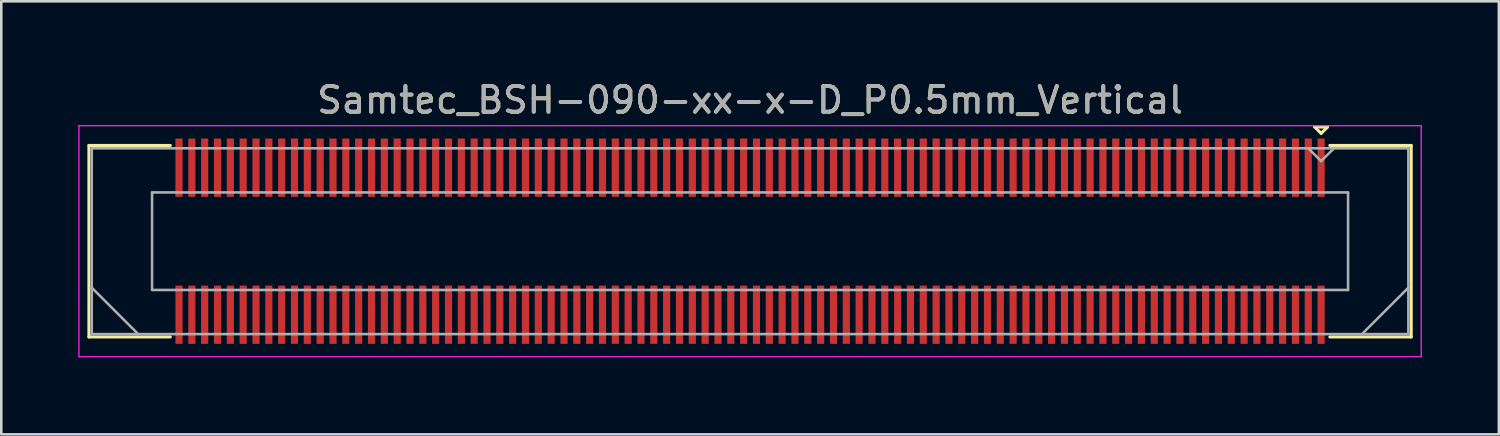
<source format=kicad_pcb>
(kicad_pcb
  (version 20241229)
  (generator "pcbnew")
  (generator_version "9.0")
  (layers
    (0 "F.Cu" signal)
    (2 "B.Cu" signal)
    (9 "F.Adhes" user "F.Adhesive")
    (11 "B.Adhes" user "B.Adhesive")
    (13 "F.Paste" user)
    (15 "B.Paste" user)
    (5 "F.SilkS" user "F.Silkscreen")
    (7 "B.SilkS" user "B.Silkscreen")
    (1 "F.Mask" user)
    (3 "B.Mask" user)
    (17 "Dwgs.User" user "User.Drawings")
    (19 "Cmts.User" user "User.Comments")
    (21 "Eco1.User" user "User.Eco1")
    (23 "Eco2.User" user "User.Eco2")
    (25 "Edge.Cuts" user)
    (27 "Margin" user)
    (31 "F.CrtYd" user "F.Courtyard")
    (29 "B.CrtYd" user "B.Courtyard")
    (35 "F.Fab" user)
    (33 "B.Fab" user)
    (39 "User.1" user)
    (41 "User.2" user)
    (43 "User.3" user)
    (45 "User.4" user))
  (footprint "Samtec_BSH-090-xx-x-D_P0.5mm_Vertical"
    (layer "F.Cu")
    (at 26.175 6.348)
    (property "Reference" "Samtec_BSH-090-xx-x-D_P0.5mm_Vertical" (at 0 -5.5 0) (layer "F.SilkS") (effects (font (size 1 1) (thickness 0.15))))
    (attr smd)
    (fp_line (start -25.76 -3.73) (end -22.59 -3.73) (stroke (width 0.12) (type solid)) (layer "F.SilkS"))
    (fp_line (start -25.76 3.73) (end -25.76 -3.73) (stroke (width 0.12) (type solid)) (layer "F.SilkS"))
    (fp_line (start -22.59 3.73) (end -25.76 3.73) (stroke (width 0.12) (type solid)) (layer "F.SilkS"))
    (fp_line (start 22 -4.45) (end 22.5 -4.45) (stroke (width 0.12) (type solid)) (layer "F.SilkS"))
    (fp_line (start 22.25 -4.2) (end 22 -4.45) (stroke (width 0.12) (type solid)) (layer "F.SilkS"))
    (fp_line (start 22.5 -4.45) (end 22.25 -4.2) (stroke (width 0.12) (type solid)) (layer "F.SilkS"))
    (fp_line (start 22.59 3.73) (end 25.76 3.73) (stroke (width 0.12) (type solid)) (layer "F.SilkS"))
    (fp_line (start 25.76 -3.73) (end 22.59 -3.73) (stroke (width 0.12) (type solid)) (layer "F.SilkS"))
    (fp_line (start 25.76 3.73) (end 25.76 -3.73) (stroke (width 0.12) (type solid)) (layer "F.SilkS"))
    (fp_line (start -26.15 -4.5) (end -26.15 4.5) (stroke (width 0.05) (type solid)) (layer "F.CrtYd"))
    (fp_line (start -26.15 4.5) (end 26.15 4.5) (stroke (width 0.05) (type solid)) (layer "F.CrtYd"))
    (fp_line (start 26.15 -4.5) (end -26.15 -4.5) (stroke (width 0.05) (type solid)) (layer "F.CrtYd"))
    (fp_line (start 26.15 4.5) (end 26.15 -4.5) (stroke (width 0.05) (type solid)) (layer "F.CrtYd"))
    (fp_line (start -25.65 -3.62) (end -25.65 3.62) (stroke (width 0.1) (type solid)) (layer "F.Fab"))
    (fp_line (start -25.65 1.81) (end -23.84 3.62) (stroke (width 0.1) (type solid)) (layer "F.Fab"))
    (fp_line (start -25.65 3.62) (end 25.65 3.62) (stroke (width 0.1) (type solid)) (layer "F.Fab"))
    (fp_line (start -23.3 -1.9) (end -23.3 1.9) (stroke (width 0.1) (type solid)) (layer "F.Fab"))
    (fp_line (start -23.3 1.9) (end 23.3 1.9) (stroke (width 0.1) (type solid)) (layer "F.Fab"))
    (fp_line (start 22.25 -3.12) (end 21.75 -3.62) (stroke (width 0.1) (type solid)) (layer "F.Fab"))
    (fp_line (start 22.75 -3.62) (end 22.25 -3.12) (stroke (width 0.1) (type solid)) (layer "F.Fab"))
    (fp_line (start 23.3 -1.9) (end -23.3 -1.9) (stroke (width 0.1) (type solid)) (layer "F.Fab"))
    (fp_line (start 23.3 1.9) (end 23.3 -1.9) (stroke (width 0.1) (type solid)) (layer "F.Fab"))
    (fp_line (start 25.65 -3.62) (end -25.65 -3.62) (stroke (width 0.1) (type solid)) (layer "F.Fab"))
    (fp_line (start 25.65 1.81) (end 23.84 3.62) (stroke (width 0.1) (type solid)) (layer "F.Fab"))
    (fp_line (start 25.65 3.62) (end 25.65 -3.62) (stroke (width 0.1) (type solid)) (layer "F.Fab"))
    (fp_text user "${REFERENCE}" (at 0 -5.5 0) (layer "F.Fab") (effects (font (size 1 1) (thickness 0.15))))
    (pad "1" smd rect (at 22.25 -2.865) (size 0.279 2.27) (layers "F.Cu" "F.Mask" "F.Paste"))
    (pad "2" smd rect (at 22.25 2.865) (size 0.279 2.27) (layers "F.Cu" "F.Mask" "F.Paste"))
    (pad "3" smd rect (at 21.75 -2.865) (size 0.279 2.27) (layers "F.Cu" "F.Mask" "F.Paste"))
    (pad "4" smd rect (at 21.75 2.865) (size 0.279 2.27) (layers "F.Cu" "F.Mask" "F.Paste"))
    (pad "5" smd rect (at 21.25 -2.865) (size 0.279 2.27) (layers "F.Cu" "F.Mask" "F.Paste"))
    (pad "6" smd rect (at 21.25 2.865) (size 0.279 2.27) (layers "F.Cu" "F.Mask" "F.Paste"))
    (pad "7" smd rect (at 20.75 -2.865) (size 0.279 2.27) (layers "F.Cu" "F.Mask" "F.Paste"))
    (pad "8" smd rect (at 20.75 2.865) (size 0.279 2.27) (layers "F.Cu" "F.Mask" "F.Paste"))
    (pad "9" smd rect (at 20.25 -2.865) (size 0.279 2.27) (layers "F.Cu" "F.Mask" "F.Paste"))
    (pad "10" smd rect (at 20.25 2.865) (size 0.279 2.27) (layers "F.Cu" "F.Mask" "F.Paste"))
    (pad "11" smd rect (at 19.75 -2.865) (size 0.279 2.27) (layers "F.Cu" "F.Mask" "F.Paste"))
    (pad "12" smd rect (at 19.75 2.865) (size 0.279 2.27) (layers "F.Cu" "F.Mask" "F.Paste"))
    (pad "13" smd rect (at 19.25 -2.865) (size 0.279 2.27) (layers "F.Cu" "F.Mask" "F.Paste"))
    (pad "14" smd rect (at 19.25 2.865) (size 0.279 2.27) (layers "F.Cu" "F.Mask" "F.Paste"))
    (pad "15" smd rect (at 18.75 -2.865) (size 0.279 2.27) (layers "F.Cu" "F.Mask" "F.Paste"))
    (pad "16" smd rect (at 18.75 2.865) (size 0.279 2.27) (layers "F.Cu" "F.Mask" "F.Paste"))
    (pad "17" smd rect (at 18.25 -2.865) (size 0.279 2.27) (layers "F.Cu" "F.Mask" "F.Paste"))
    (pad "18" smd rect (at 18.25 2.865) (size 0.279 2.27) (layers "F.Cu" "F.Mask" "F.Paste"))
    (pad "19" smd rect (at 17.75 -2.865) (size 0.279 2.27) (layers "F.Cu" "F.Mask" "F.Paste"))
    (pad "20" smd rect (at 17.75 2.865) (size 0.279 2.27) (layers "F.Cu" "F.Mask" "F.Paste"))
    (pad "21" smd rect (at 17.25 -2.865) (size 0.279 2.27) (layers "F.Cu" "F.Mask" "F.Paste"))
    (pad "22" smd rect (at 17.25 2.865) (size 0.279 2.27) (layers "F.Cu" "F.Mask" "F.Paste"))
    (pad "23" smd rect (at 16.75 -2.865) (size 0.279 2.27) (layers "F.Cu" "F.Mask" "F.Paste"))
    (pad "24" smd rect (at 16.75 2.865) (size 0.279 2.27) (layers "F.Cu" "F.Mask" "F.Paste"))
    (pad "25" smd rect (at 16.25 -2.865) (size 0.279 2.27) (layers "F.Cu" "F.Mask" "F.Paste"))
    (pad "26" smd rect (at 16.25 2.865) (size 0.279 2.27) (layers "F.Cu" "F.Mask" "F.Paste"))
    (pad "27" smd rect (at 15.75 -2.865) (size 0.279 2.27) (layers "F.Cu" "F.Mask" "F.Paste"))
    (pad "28" smd rect (at 15.75 2.865) (size 0.279 2.27) (layers "F.Cu" "F.Mask" "F.Paste"))
    (pad "29" smd rect (at 15.25 -2.865) (size 0.279 2.27) (layers "F.Cu" "F.Mask" "F.Paste"))
    (pad "30" smd rect (at 15.25 2.865) (size 0.279 2.27) (layers "F.Cu" "F.Mask" "F.Paste"))
    (pad "31" smd rect (at 14.75 -2.865) (size 0.279 2.27) (layers "F.Cu" "F.Mask" "F.Paste"))
    (pad "32" smd rect (at 14.75 2.865) (size 0.279 2.27) (layers "F.Cu" "F.Mask" "F.Paste"))
    (pad "33" smd rect (at 14.25 -2.865) (size 0.279 2.27) (layers "F.Cu" "F.Mask" "F.Paste"))
    (pad "34" smd rect (at 14.25 2.865) (size 0.279 2.27) (layers "F.Cu" "F.Mask" "F.Paste"))
    (pad "35" smd rect (at 13.75 -2.865) (size 0.279 2.27) (layers "F.Cu" "F.Mask" "F.Paste"))
    (pad "36" smd rect (at 13.75 2.865) (size 0.279 2.27) (layers "F.Cu" "F.Mask" "F.Paste"))
    (pad "37" smd rect (at 13.25 -2.865) (size 0.279 2.27) (layers "F.Cu" "F.Mask" "F.Paste"))
    (pad "38" smd rect (at 13.25 2.865) (size 0.279 2.27) (layers "F.Cu" "F.Mask" "F.Paste"))
    (pad "39" smd rect (at 12.75 -2.865) (size 0.279 2.27) (layers "F.Cu" "F.Mask" "F.Paste"))
    (pad "40" smd rect (at 12.75 2.865) (size 0.279 2.27) (layers "F.Cu" "F.Mask" "F.Paste"))
    (pad "41" smd rect (at 12.25 -2.865) (size 0.279 2.27) (layers "F.Cu" "F.Mask" "F.Paste"))
    (pad "42" smd rect (at 12.25 2.865) (size 0.279 2.27) (layers "F.Cu" "F.Mask" "F.Paste"))
    (pad "43" smd rect (at 11.75 -2.865) (size 0.279 2.27) (layers "F.Cu" "F.Mask" "F.Paste"))
    (pad "44" smd rect (at 11.75 2.865) (size 0.279 2.27) (layers "F.Cu" "F.Mask" "F.Paste"))
    (pad "45" smd rect (at 11.25 -2.865) (size 0.279 2.27) (layers "F.Cu" "F.Mask" "F.Paste"))
    (pad "46" smd rect (at 11.25 2.865) (size 0.279 2.27) (layers "F.Cu" "F.Mask" "F.Paste"))
    (pad "47" smd rect (at 10.75 -2.865) (size 0.279 2.27) (layers "F.Cu" "F.Mask" "F.Paste"))
    (pad "48" smd rect (at 10.75 2.865) (size 0.279 2.27) (layers "F.Cu" "F.Mask" "F.Paste"))
    (pad "49" smd rect (at 10.25 -2.865) (size 0.279 2.27) (layers "F.Cu" "F.Mask" "F.Paste"))
    (pad "50" smd rect (at 10.25 2.865) (size 0.279 2.27) (layers "F.Cu" "F.Mask" "F.Paste"))
    (pad "51" smd rect (at 9.75 -2.865) (size 0.279 2.27) (layers "F.Cu" "F.Mask" "F.Paste"))
    (pad "52" smd rect (at 9.75 2.865) (size 0.279 2.27) (layers "F.Cu" "F.Mask" "F.Paste"))
    (pad "53" smd rect (at 9.25 -2.865) (size 0.279 2.27) (layers "F.Cu" "F.Mask" "F.Paste"))
    (pad "54" smd rect (at 9.25 2.865) (size 0.279 2.27) (layers "F.Cu" "F.Mask" "F.Paste"))
    (pad "55" smd rect (at 8.75 -2.865) (size 0.279 2.27) (layers "F.Cu" "F.Mask" "F.Paste"))
    (pad "56" smd rect (at 8.75 2.865) (size 0.279 2.27) (layers "F.Cu" "F.Mask" "F.Paste"))
    (pad "57" smd rect (at 8.25 -2.865) (size 0.279 2.27) (layers "F.Cu" "F.Mask" "F.Paste"))
    (pad "58" smd rect (at 8.25 2.865) (size 0.279 2.27) (layers "F.Cu" "F.Mask" "F.Paste"))
    (pad "59" smd rect (at 7.75 -2.865) (size 0.279 2.27) (layers "F.Cu" "F.Mask" "F.Paste"))
    (pad "60" smd rect (at 7.75 2.865) (size 0.279 2.27) (layers "F.Cu" "F.Mask" "F.Paste"))
    (pad "61" smd rect (at 7.25 -2.865) (size 0.279 2.27) (layers "F.Cu" "F.Mask" "F.Paste"))
    (pad "62" smd rect (at 7.25 2.865) (size 0.279 2.27) (layers "F.Cu" "F.Mask" "F.Paste"))
    (pad "63" smd rect (at 6.75 -2.865) (size 0.279 2.27) (layers "F.Cu" "F.Mask" "F.Paste"))
    (pad "64" smd rect (at 6.75 2.865) (size 0.279 2.27) (layers "F.Cu" "F.Mask" "F.Paste"))
    (pad "65" smd rect (at 6.25 -2.865) (size 0.279 2.27) (layers "F.Cu" "F.Mask" "F.Paste"))
    (pad "66" smd rect (at 6.25 2.865) (size 0.279 2.27) (layers "F.Cu" "F.Mask" "F.Paste"))
    (pad "67" smd rect (at 5.75 -2.865) (size 0.279 2.27) (layers "F.Cu" "F.Mask" "F.Paste"))
    (pad "68" smd rect (at 5.75 2.865) (size 0.279 2.27) (layers "F.Cu" "F.Mask" "F.Paste"))
    (pad "69" smd rect (at 5.25 -2.865) (size 0.279 2.27) (layers "F.Cu" "F.Mask" "F.Paste"))
    (pad "70" smd rect (at 5.25 2.865) (size 0.279 2.27) (layers "F.Cu" "F.Mask" "F.Paste"))
    (pad "71" smd rect (at 4.75 -2.865) (size 0.279 2.27) (layers "F.Cu" "F.Mask" "F.Paste"))
    (pad "72" smd rect (at 4.75 2.865) (size 0.279 2.27) (layers "F.Cu" "F.Mask" "F.Paste"))
    (pad "73" smd rect (at 4.25 -2.865) (size 0.279 2.27) (layers "F.Cu" "F.Mask" "F.Paste"))
    (pad "74" smd rect (at 4.25 2.865) (size 0.279 2.27) (layers "F.Cu" "F.Mask" "F.Paste"))
    (pad "75" smd rect (at 3.75 -2.865) (size 0.279 2.27) (layers "F.Cu" "F.Mask" "F.Paste"))
    (pad "76" smd rect (at 3.75 2.865) (size 0.279 2.27) (layers "F.Cu" "F.Mask" "F.Paste"))
    (pad "77" smd rect (at 3.25 -2.865) (size 0.279 2.27) (layers "F.Cu" "F.Mask" "F.Paste"))
    (pad "78" smd rect (at 3.25 2.865) (size 0.279 2.27) (layers "F.Cu" "F.Mask" "F.Paste"))
    (pad "79" smd rect (at 2.75 -2.865) (size 0.279 2.27) (layers "F.Cu" "F.Mask" "F.Paste"))
    (pad "80" smd rect (at 2.75 2.865) (size 0.279 2.27) (layers "F.Cu" "F.Mask" "F.Paste"))
    (pad "81" smd rect (at 2.25 -2.865) (size 0.279 2.27) (layers "F.Cu" "F.Mask" "F.Paste"))
    (pad "82" smd rect (at 2.25 2.865) (size 0.279 2.27) (layers "F.Cu" "F.Mask" "F.Paste"))
    (pad "83" smd rect (at 1.75 -2.865) (size 0.279 2.27) (layers "F.Cu" "F.Mask" "F.Paste"))
    (pad "84" smd rect (at 1.75 2.865) (size 0.279 2.27) (layers "F.Cu" "F.Mask" "F.Paste"))
    (pad "85" smd rect (at 1.25 -2.865) (size 0.279 2.27) (layers "F.Cu" "F.Mask" "F.Paste"))
    (pad "86" smd rect (at 1.25 2.865) (size 0.279 2.27) (layers "F.Cu" "F.Mask" "F.Paste"))
    (pad "87" smd rect (at 0.75 -2.865) (size 0.279 2.27) (layers "F.Cu" "F.Mask" "F.Paste"))
    (pad "88" smd rect (at 0.75 2.865) (size 0.279 2.27) (layers "F.Cu" "F.Mask" "F.Paste"))
    (pad "89" smd rect (at 0.25 -2.865) (size 0.279 2.27) (layers "F.Cu" "F.Mask" "F.Paste"))
    (pad "90" smd rect (at 0.25 2.865) (size 0.279 2.27) (layers "F.Cu" "F.Mask" "F.Paste"))
    (pad "91" smd rect (at -0.25 -2.865) (size 0.279 2.27) (layers "F.Cu" "F.Mask" "F.Paste"))
    (pad "92" smd rect (at -0.25 2.865) (size 0.279 2.27) (layers "F.Cu" "F.Mask" "F.Paste"))
    (pad "93" smd rect (at -0.75 -2.865) (size 0.279 2.27) (layers "F.Cu" "F.Mask" "F.Paste"))
    (pad "94" smd rect (at -0.75 2.865) (size 0.279 2.27) (layers "F.Cu" "F.Mask" "F.Paste"))
    (pad "95" smd rect (at -1.25 -2.865) (size 0.279 2.27) (layers "F.Cu" "F.Mask" "F.Paste"))
    (pad "96" smd rect (at -1.25 2.865) (size 0.279 2.27) (layers "F.Cu" "F.Mask" "F.Paste"))
    (pad "97" smd rect (at -1.75 -2.865) (size 0.279 2.27) (layers "F.Cu" "F.Mask" "F.Paste"))
    (pad "98" smd rect (at -1.75 2.865) (size 0.279 2.27) (layers "F.Cu" "F.Mask" "F.Paste"))
    (pad "99" smd rect (at -2.25 -2.865) (size 0.279 2.27) (layers "F.Cu" "F.Mask" "F.Paste"))
    (pad "100" smd rect (at -2.25 2.865) (size 0.279 2.27) (layers "F.Cu" "F.Mask" "F.Paste"))
    (pad "101" smd rect (at -2.75 -2.865) (size 0.279 2.27) (layers "F.Cu" "F.Mask" "F.Paste"))
    (pad "102" smd rect (at -2.75 2.865) (size 0.279 2.27) (layers "F.Cu" "F.Mask" "F.Paste"))
    (pad "103" smd rect (at -3.25 -2.865) (size 0.279 2.27) (layers "F.Cu" "F.Mask" "F.Paste"))
    (pad "104" smd rect (at -3.25 2.865) (size 0.279 2.27) (layers "F.Cu" "F.Mask" "F.Paste"))
    (pad "105" smd rect (at -3.75 -2.865) (size 0.279 2.27) (layers "F.Cu" "F.Mask" "F.Paste"))
    (pad "106" smd rect (at -3.75 2.865) (size 0.279 2.27) (layers "F.Cu" "F.Mask" "F.Paste"))
    (pad "107" smd rect (at -4.25 -2.865) (size 0.279 2.27) (layers "F.Cu" "F.Mask" "F.Paste"))
    (pad "108" smd rect (at -4.25 2.865) (size 0.279 2.27) (layers "F.Cu" "F.Mask" "F.Paste"))
    (pad "109" smd rect (at -4.75 -2.865) (size 0.279 2.27) (layers "F.Cu" "F.Mask" "F.Paste"))
    (pad "110" smd rect (at -4.75 2.865) (size 0.279 2.27) (layers "F.Cu" "F.Mask" "F.Paste"))
    (pad "111" smd rect (at -5.25 -2.865) (size 0.279 2.27) (layers "F.Cu" "F.Mask" "F.Paste"))
    (pad "112" smd rect (at -5.25 2.865) (size 0.279 2.27) (layers "F.Cu" "F.Mask" "F.Paste"))
    (pad "113" smd rect (at -5.75 -2.865) (size 0.279 2.27) (layers "F.Cu" "F.Mask" "F.Paste"))
    (pad "114" smd rect (at -5.75 2.865) (size 0.279 2.27) (layers "F.Cu" "F.Mask" "F.Paste"))
    (pad "115" smd rect (at -6.25 -2.865) (size 0.279 2.27) (layers "F.Cu" "F.Mask" "F.Paste"))
    (pad "116" smd rect (at -6.25 2.865) (size 0.279 2.27) (layers "F.Cu" "F.Mask" "F.Paste"))
    (pad "117" smd rect (at -6.75 -2.865) (size 0.279 2.27) (layers "F.Cu" "F.Mask" "F.Paste"))
    (pad "118" smd rect (at -6.75 2.865) (size 0.279 2.27) (layers "F.Cu" "F.Mask" "F.Paste"))
    (pad "119" smd rect (at -7.25 -2.865) (size 0.279 2.27) (layers "F.Cu" "F.Mask" "F.Paste"))
    (pad "120" smd rect (at -7.25 2.865) (size 0.279 2.27) (layers "F.Cu" "F.Mask" "F.Paste"))
    (pad "121" smd rect (at -7.75 -2.865) (size 0.279 2.27) (layers "F.Cu" "F.Mask" "F.Paste"))
    (pad "122" smd rect (at -7.75 2.865) (size 0.279 2.27) (layers "F.Cu" "F.Mask" "F.Paste"))
    (pad "123" smd rect (at -8.25 -2.865) (size 0.279 2.27) (layers "F.Cu" "F.Mask" "F.Paste"))
    (pad "124" smd rect (at -8.25 2.865) (size 0.279 2.27) (layers "F.Cu" "F.Mask" "F.Paste"))
    (pad "125" smd rect (at -8.75 -2.865) (size 0.279 2.27) (layers "F.Cu" "F.Mask" "F.Paste"))
    (pad "126" smd rect (at -8.75 2.865) (size 0.279 2.27) (layers "F.Cu" "F.Mask" "F.Paste"))
    (pad "127" smd rect (at -9.25 -2.865) (size 0.279 2.27) (layers "F.Cu" "F.Mask" "F.Paste"))
    (pad "128" smd rect (at -9.25 2.865) (size 0.279 2.27) (layers "F.Cu" "F.Mask" "F.Paste"))
    (pad "129" smd rect (at -9.75 -2.865) (size 0.279 2.27) (layers "F.Cu" "F.Mask" "F.Paste"))
    (pad "130" smd rect (at -9.75 2.865) (size 0.279 2.27) (layers "F.Cu" "F.Mask" "F.Paste"))
    (pad "131" smd rect (at -10.25 -2.865) (size 0.279 2.27) (layers "F.Cu" "F.Mask" "F.Paste"))
    (pad "132" smd rect (at -10.25 2.865) (size 0.279 2.27) (layers "F.Cu" "F.Mask" "F.Paste"))
    (pad "133" smd rect (at -10.75 -2.865) (size 0.279 2.27) (layers "F.Cu" "F.Mask" "F.Paste"))
    (pad "134" smd rect (at -10.75 2.865) (size 0.279 2.27) (layers "F.Cu" "F.Mask" "F.Paste"))
    (pad "135" smd rect (at -11.25 -2.865) (size 0.279 2.27) (layers "F.Cu" "F.Mask" "F.Paste"))
    (pad "136" smd rect (at -11.25 2.865) (size 0.279 2.27) (layers "F.Cu" "F.Mask" "F.Paste"))
    (pad "137" smd rect (at -11.75 -2.865) (size 0.279 2.27) (layers "F.Cu" "F.Mask" "F.Paste"))
    (pad "138" smd rect (at -11.75 2.865) (size 0.279 2.27) (layers "F.Cu" "F.Mask" "F.Paste"))
    (pad "139" smd rect (at -12.25 -2.865) (size 0.279 2.27) (layers "F.Cu" "F.Mask" "F.Paste"))
    (pad "140" smd rect (at -12.25 2.865) (size 0.279 2.27) (layers "F.Cu" "F.Mask" "F.Paste"))
    (pad "141" smd rect (at -12.75 -2.865) (size 0.279 2.27) (layers "F.Cu" "F.Mask" "F.Paste"))
    (pad "142" smd rect (at -12.75 2.865) (size 0.279 2.27) (layers "F.Cu" "F.Mask" "F.Paste"))
    (pad "143" smd rect (at -13.25 -2.865) (size 0.279 2.27) (layers "F.Cu" "F.Mask" "F.Paste"))
    (pad "144" smd rect (at -13.25 2.865) (size 0.279 2.27) (layers "F.Cu" "F.Mask" "F.Paste"))
    (pad "145" smd rect (at -13.75 -2.865) (size 0.279 2.27) (layers "F.Cu" "F.Mask" "F.Paste"))
    (pad "146" smd rect (at -13.75 2.865) (size 0.279 2.27) (layers "F.Cu" "F.Mask" "F.Paste"))
    (pad "147" smd rect (at -14.25 -2.865) (size 0.279 2.27) (layers "F.Cu" "F.Mask" "F.Paste"))
    (pad "148" smd rect (at -14.25 2.865) (size 0.279 2.27) (layers "F.Cu" "F.Mask" "F.Paste"))
    (pad "149" smd rect (at -14.75 -2.865) (size 0.279 2.27) (layers "F.Cu" "F.Mask" "F.Paste"))
    (pad "150" smd rect (at -14.75 2.865) (size 0.279 2.27) (layers "F.Cu" "F.Mask" "F.Paste"))
    (pad "151" smd rect (at -15.25 -2.865) (size 0.279 2.27) (layers "F.Cu" "F.Mask" "F.Paste"))
    (pad "152" smd rect (at -15.25 2.865) (size 0.279 2.27) (layers "F.Cu" "F.Mask" "F.Paste"))
    (pad "153" smd rect (at -15.75 -2.865) (size 0.279 2.27) (layers "F.Cu" "F.Mask" "F.Paste"))
    (pad "154" smd rect (at -15.75 2.865) (size 0.279 2.27) (layers "F.Cu" "F.Mask" "F.Paste"))
    (pad "155" smd rect (at -16.25 -2.865) (size 0.279 2.27) (layers "F.Cu" "F.Mask" "F.Paste"))
    (pad "156" smd rect (at -16.25 2.865) (size 0.279 2.27) (layers "F.Cu" "F.Mask" "F.Paste"))
    (pad "157" smd rect (at -16.75 -2.865) (size 0.279 2.27) (layers "F.Cu" "F.Mask" "F.Paste"))
    (pad "158" smd rect (at -16.75 2.865) (size 0.279 2.27) (layers "F.Cu" "F.Mask" "F.Paste"))
    (pad "159" smd rect (at -17.25 -2.865) (size 0.279 2.27) (layers "F.Cu" "F.Mask" "F.Paste"))
    (pad "160" smd rect (at -17.25 2.865) (size 0.279 2.27) (layers "F.Cu" "F.Mask" "F.Paste"))
    (pad "161" smd rect (at -17.75 -2.865) (size 0.279 2.27) (layers "F.Cu" "F.Mask" "F.Paste"))
    (pad "162" smd rect (at -17.75 2.865) (size 0.279 2.27) (layers "F.Cu" "F.Mask" "F.Paste"))
    (pad "163" smd rect (at -18.25 -2.865) (size 0.279 2.27) (layers "F.Cu" "F.Mask" "F.Paste"))
    (pad "164" smd rect (at -18.25 2.865) (size 0.279 2.27) (layers "F.Cu" "F.Mask" "F.Paste"))
    (pad "165" smd rect (at -18.75 -2.865) (size 0.279 2.27) (layers "F.Cu" "F.Mask" "F.Paste"))
    (pad "166" smd rect (at -18.75 2.865) (size 0.279 2.27) (layers "F.Cu" "F.Mask" "F.Paste"))
    (pad "167" smd rect (at -19.25 -2.865) (size 0.279 2.27) (layers "F.Cu" "F.Mask" "F.Paste"))
    (pad "168" smd rect (at -19.25 2.865) (size 0.279 2.27) (layers "F.Cu" "F.Mask" "F.Paste"))
    (pad "169" smd rect (at -19.75 -2.865) (size 0.279 2.27) (layers "F.Cu" "F.Mask" "F.Paste"))
    (pad "170" smd rect (at -19.75 2.865) (size 0.279 2.27) (layers "F.Cu" "F.Mask" "F.Paste"))
    (pad "171" smd rect (at -20.25 -2.865) (size 0.279 2.27) (layers "F.Cu" "F.Mask" "F.Paste"))
    (pad "172" smd rect (at -20.25 2.865) (size 0.279 2.27) (layers "F.Cu" "F.Mask" "F.Paste"))
    (pad "173" smd rect (at -20.75 -2.865) (size 0.279 2.27) (layers "F.Cu" "F.Mask" "F.Paste"))
    (pad "174" smd rect (at -20.75 2.865) (size 0.279 2.27) (layers "F.Cu" "F.Mask" "F.Paste"))
    (pad "175" smd rect (at -21.25 -2.865) (size 0.279 2.27) (layers "F.Cu" "F.Mask" "F.Paste"))
    (pad "176" smd rect (at -21.25 2.865) (size 0.279 2.27) (layers "F.Cu" "F.Mask" "F.Paste"))
    (pad "177" smd rect (at -21.75 -2.865) (size 0.279 2.27) (layers "F.Cu" "F.Mask" "F.Paste"))
    (pad "178" smd rect (at -21.75 2.865) (size 0.279 2.27) (layers "F.Cu" "F.Mask" "F.Paste"))
    (pad "179" smd rect (at -22.25 -2.865) (size 0.279 2.27) (layers "F.Cu" "F.Mask" "F.Paste"))
    (pad "180" smd rect (at -22.25 2.865) (size 0.279 2.27) (layers "F.Cu" "F.Mask" "F.Paste")))
  (gr_rect
    (start -3 -3)
    (end 55.35 13.873)
    (stroke (width 0.1) (type default))
    (fill no)
    (layer "Edge.Cuts")))
</source>
